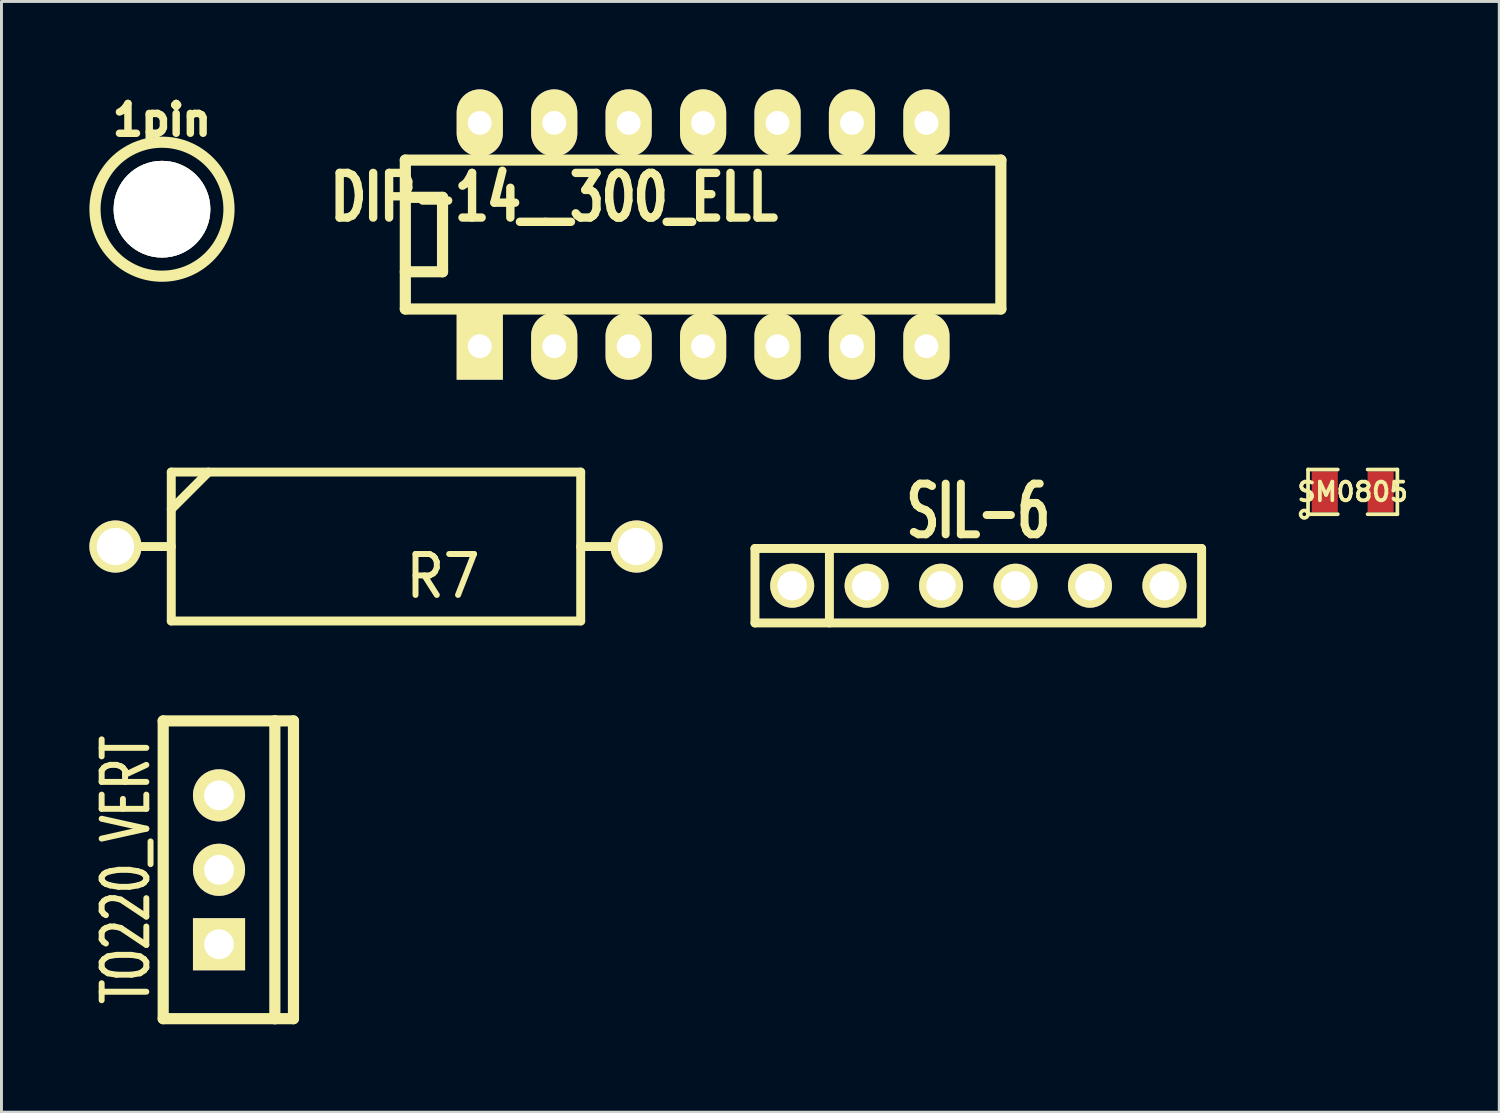
<source format=kicad_pcb>
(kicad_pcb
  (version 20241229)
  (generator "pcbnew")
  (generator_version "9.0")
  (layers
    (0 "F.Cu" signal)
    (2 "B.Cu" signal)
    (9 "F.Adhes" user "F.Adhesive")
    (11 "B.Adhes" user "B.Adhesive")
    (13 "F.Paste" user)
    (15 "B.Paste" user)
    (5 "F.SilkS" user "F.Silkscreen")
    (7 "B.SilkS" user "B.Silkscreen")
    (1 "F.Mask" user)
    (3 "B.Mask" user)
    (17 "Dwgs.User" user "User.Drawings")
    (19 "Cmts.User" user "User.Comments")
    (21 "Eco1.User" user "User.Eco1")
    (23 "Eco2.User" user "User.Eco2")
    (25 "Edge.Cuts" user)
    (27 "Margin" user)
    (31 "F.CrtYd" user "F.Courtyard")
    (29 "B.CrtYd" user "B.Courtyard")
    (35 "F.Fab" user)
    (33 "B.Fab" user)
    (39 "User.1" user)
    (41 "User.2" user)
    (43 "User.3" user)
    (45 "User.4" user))
  (footprint "1pin"
    (layer "F.Cu")
    (at 2.477 4.088)
    (property "Reference" "1pin" (at 0 -3.048 0) (layer "F.SilkS") (effects (font (size 1.016 1.016) (thickness 0.254))))
    (attr through_hole)
    (fp_circle (center 0 0) (end 0 -2.286) (stroke (width 0.381) (type solid)) (fill no) (layer "F.SilkS"))
    (pad "1" thru_hole circle (at 0 0) (size 3.299 3.299) (drill 3.299) (layers "*.Cu" "*.Mask" "F.SilkS")))
  (footprint "R7"
    (layer "F.Cu")
    (at 9.779 15.598)
    (property "Reference" "R7" (at 2.286 1.016 0) (layer "F.SilkS") (effects (font (size 1.397 1.27) (thickness 0.203))))
    (attr through_hole)
    (fp_line (start -8.89 0) (end -8.89 0) (stroke (width 0.305) (type solid)) (layer "F.SilkS"))
    (fp_line (start -8.89 0) (end -8.89 0) (stroke (width 0.305) (type solid)) (layer "F.SilkS"))
    (fp_line (start -8.89 0) (end -6.985 0) (stroke (width 0.305) (type solid)) (layer "F.SilkS"))
    (fp_line (start -6.985 -2.54) (end -6.985 2.54) (stroke (width 0.305) (type solid)) (layer "F.SilkS"))
    (fp_line (start -6.985 -2.54) (end 6.985 -2.54) (stroke (width 0.305) (type solid)) (layer "F.SilkS"))
    (fp_line (start -6.985 -1.27) (end -5.715 -2.54) (stroke (width 0.305) (type solid)) (layer "F.SilkS"))
    (fp_line (start 6.985 -2.54) (end 6.985 2.54) (stroke (width 0.305) (type solid)) (layer "F.SilkS"))
    (fp_line (start 6.985 0) (end 8.89 0) (stroke (width 0.305) (type solid)) (layer "F.SilkS"))
    (fp_line (start 6.985 2.54) (end -6.985 2.54) (stroke (width 0.305) (type solid)) (layer "F.SilkS"))
    (fp_line (start 8.89 0) (end 8.89 0) (stroke (width 0.305) (type solid)) (layer "F.SilkS"))
    (pad "1" thru_hole circle (at -8.89 0) (size 1.778 1.778) (drill 1.27) (layers "*.Cu" "*.Mask" "F.SilkS"))
    (pad "2" thru_hole circle (at 8.89 0) (size 1.778 1.778) (drill 1.27) (layers "*.Cu" "*.Mask" "F.SilkS")))
  (footprint "SIL-6"
    (layer "F.Cu")
    (at 30.33 16.935)
    (property "Reference" "SIL-6" (at 0 -2.54 0) (layer "F.SilkS") (effects (font (size 1.73 1.087) (thickness 0.272))))
    (attr through_hole)
    (fp_line (start -7.62 -1.27) (end 7.62 -1.27) (stroke (width 0.305) (type solid)) (layer "F.SilkS"))
    (fp_line (start -7.62 1.27) (end -7.62 -1.27) (stroke (width 0.305) (type solid)) (layer "F.SilkS"))
    (fp_line (start -5.08 1.27) (end -5.08 -1.27) (stroke (width 0.305) (type solid)) (layer "F.SilkS"))
    (fp_line (start 7.62 -1.27) (end 7.62 1.27) (stroke (width 0.305) (type solid)) (layer "F.SilkS"))
    (fp_line (start 7.62 1.27) (end -7.62 1.27) (stroke (width 0.305) (type solid)) (layer "F.SilkS"))
    (pad "1" thru_hole circle (at -6.35 0) (size 1.501 1.501) (drill 1.001) (layers "*.Cu" "*.Mask" "F.SilkS"))
    (pad "2" thru_hole circle (at -3.81 0) (size 1.501 1.501) (drill 1.001) (layers "*.Cu" "*.Mask" "F.SilkS"))
    (pad "3" thru_hole circle (at -1.27 0) (size 1.501 1.501) (drill 1.001) (layers "*.Cu" "*.Mask" "F.SilkS"))
    (pad "4" thru_hole circle (at 1.27 0) (size 1.501 1.501) (drill 1.001) (layers "*.Cu" "*.Mask" "F.SilkS"))
    (pad "5" thru_hole circle (at 3.81 0) (size 1.501 1.501) (drill 1.001) (layers "*.Cu" "*.Mask" "F.SilkS"))
    (pad "6" thru_hole circle (at 6.35 0) (size 1.501 1.501) (drill 1.001) (layers "*.Cu" "*.Mask" "F.SilkS")))
  (footprint "TO220_VERT"
    (layer "F.Cu")
    (at 4.423 26.628)
    (property "Reference" "TO220_VERT" (at -3.175 0 90) (layer "F.SilkS") (effects (font (size 1.524 1.016) (thickness 0.203))))
    (attr through_hole)
    (fp_line (start -1.905 -5.08) (end 1.905 -5.08) (stroke (width 0.381) (type solid)) (layer "F.SilkS"))
    (fp_line (start -1.905 5.08) (end -1.905 -5.08) (stroke (width 0.381) (type solid)) (layer "F.SilkS"))
    (fp_line (start 1.905 -5.08) (end 1.905 5.08) (stroke (width 0.381) (type solid)) (layer "F.SilkS"))
    (fp_line (start 1.905 -5.08) (end 2.54 -5.08) (stroke (width 0.381) (type solid)) (layer "F.SilkS"))
    (fp_line (start 1.905 5.08) (end -1.905 5.08) (stroke (width 0.381) (type solid)) (layer "F.SilkS"))
    (fp_line (start 2.54 -5.08) (end 2.54 5.08) (stroke (width 0.381) (type solid)) (layer "F.SilkS"))
    (fp_line (start 2.54 5.08) (end 1.905 5.08) (stroke (width 0.381) (type solid)) (layer "F.SilkS"))
    (pad "d" thru_hole circle (at 0 0) (size 1.778 1.778) (drill 1.016) (layers "*.Cu" "*.Mask" "F.SilkS"))
    (pad "g" thru_hole circle (at 0 -2.54) (size 1.778 1.778) (drill 1.016) (layers "*.Cu" "*.Mask" "F.SilkS"))
    (pad "s" thru_hole rect (at 0 2.54) (size 1.778 1.778) (drill 1.016) (layers "*.Cu" "*.Mask" "F.SilkS")))
  (footprint "DIP-14__300_ELL"
    (layer "F.Cu")
    (at 20.94 4.953)
    (property "Reference" "DIP-14__300_ELL" (at -5.08 -1.27 0) (layer "F.SilkS") (effects (font (size 1.524 1.143) (thickness 0.287))))
    (attr through_hole)
    (fp_line (start -10.16 -2.54) (end 10.16 -2.54) (stroke (width 0.381) (type solid)) (layer "F.SilkS"))
    (fp_line (start -10.16 -1.27) (end -8.89 -1.27) (stroke (width 0.381) (type solid)) (layer "F.SilkS"))
    (fp_line (start -10.16 2.54) (end -10.16 -2.54) (stroke (width 0.381) (type solid)) (layer "F.SilkS"))
    (fp_line (start -8.89 -1.27) (end -8.89 1.27) (stroke (width 0.381) (type solid)) (layer "F.SilkS"))
    (fp_line (start -8.89 1.27) (end -10.16 1.27) (stroke (width 0.381) (type solid)) (layer "F.SilkS"))
    (fp_line (start 10.16 -2.54) (end 10.16 2.54) (stroke (width 0.381) (type solid)) (layer "F.SilkS"))
    (fp_line (start 10.16 2.54) (end -10.16 2.54) (stroke (width 0.381) (type solid)) (layer "F.SilkS"))
    (pad "1" thru_hole rect (at -7.62 3.81) (size 1.575 2.286) (drill 0.813) (layers "*.Cu" "*.Mask" "F.SilkS"))
    (pad "2" thru_hole oval (at -5.08 3.81) (size 1.575 2.286) (drill 0.813) (layers "*.Cu" "*.Mask" "F.SilkS"))
    (pad "3" thru_hole oval (at -2.54 3.81) (size 1.575 2.286) (drill 0.813) (layers "*.Cu" "*.Mask" "F.SilkS"))
    (pad "4" thru_hole oval (at 0 3.81) (size 1.575 2.286) (drill 0.813) (layers "*.Cu" "*.Mask" "F.SilkS"))
    (pad "5" thru_hole oval (at 2.54 3.81) (size 1.575 2.286) (drill 0.813) (layers "*.Cu" "*.Mask" "F.SilkS"))
    (pad "6" thru_hole oval (at 5.08 3.81) (size 1.575 2.286) (drill 0.813) (layers "*.Cu" "*.Mask" "F.SilkS"))
    (pad "7" thru_hole oval (at 7.62 3.81) (size 1.575 2.286) (drill 0.813) (layers "*.Cu" "*.Mask" "F.SilkS"))
    (pad "8" thru_hole oval (at 7.62 -3.81) (size 1.575 2.286) (drill 0.813) (layers "*.Cu" "*.Mask" "F.SilkS"))
    (pad "9" thru_hole oval (at 5.08 -3.81) (size 1.575 2.286) (drill 0.813) (layers "*.Cu" "*.Mask" "F.SilkS"))
    (pad "10" thru_hole oval (at 2.54 -3.81) (size 1.575 2.286) (drill 0.813) (layers "*.Cu" "*.Mask" "F.SilkS"))
    (pad "11" thru_hole oval (at 0 -3.81) (size 1.575 2.286) (drill 0.813) (layers "*.Cu" "*.Mask" "F.SilkS"))
    (pad "12" thru_hole oval (at -2.54 -3.81) (size 1.575 2.286) (drill 0.813) (layers "*.Cu" "*.Mask" "F.SilkS"))
    (pad "13" thru_hole oval (at -5.08 -3.81) (size 1.575 2.286) (drill 0.813) (layers "*.Cu" "*.Mask" "F.SilkS"))
    (pad "14" thru_hole oval (at -7.62 -3.81) (size 1.575 2.286) (drill 0.813) (layers "*.Cu" "*.Mask" "F.SilkS")))
  (footprint "SM0805"
    (layer "F.Cu")
    (at 43.105 13.732)
    (property "Reference" "SM0805" (at 0 0 0) (layer "F.SilkS") (effects (font (size 0.635 0.635) (thickness 0.127))))
    (attr smd)
    (fp_line (start -1.524 -0.762) (end -0.508 -0.762) (stroke (width 0.127) (type solid)) (layer "F.SilkS"))
    (fp_line (start -1.524 0.762) (end -1.524 -0.762) (stroke (width 0.127) (type solid)) (layer "F.SilkS"))
    (fp_line (start -0.508 0.762) (end -1.524 0.762) (stroke (width 0.127) (type solid)) (layer "F.SilkS"))
    (fp_line (start 0.508 -0.762) (end 1.524 -0.762) (stroke (width 0.127) (type solid)) (layer "F.SilkS"))
    (fp_line (start 1.524 -0.762) (end 1.524 0.762) (stroke (width 0.127) (type solid)) (layer "F.SilkS"))
    (fp_line (start 1.524 0.762) (end 0.508 0.762) (stroke (width 0.127) (type solid)) (layer "F.SilkS"))
    (fp_circle (center -1.651 0.762) (end -1.651 0.635) (stroke (width 0.127) (type solid)) (fill no) (layer "F.SilkS"))
    (pad "1" smd rect (at -0.953 0) (size 0.889 1.397) (layers "F.Cu" "F.Mask" "F.Paste"))
    (pad "2" smd rect (at 0.953 0) (size 0.889 1.397) (layers "F.Cu" "F.Mask" "F.Paste")))
  (gr_rect
    (start -3 -3)
    (end 48.106 34.898)
    (stroke (width 0.1) (type default))
    (fill no)
    (layer "Edge.Cuts")))
</source>
